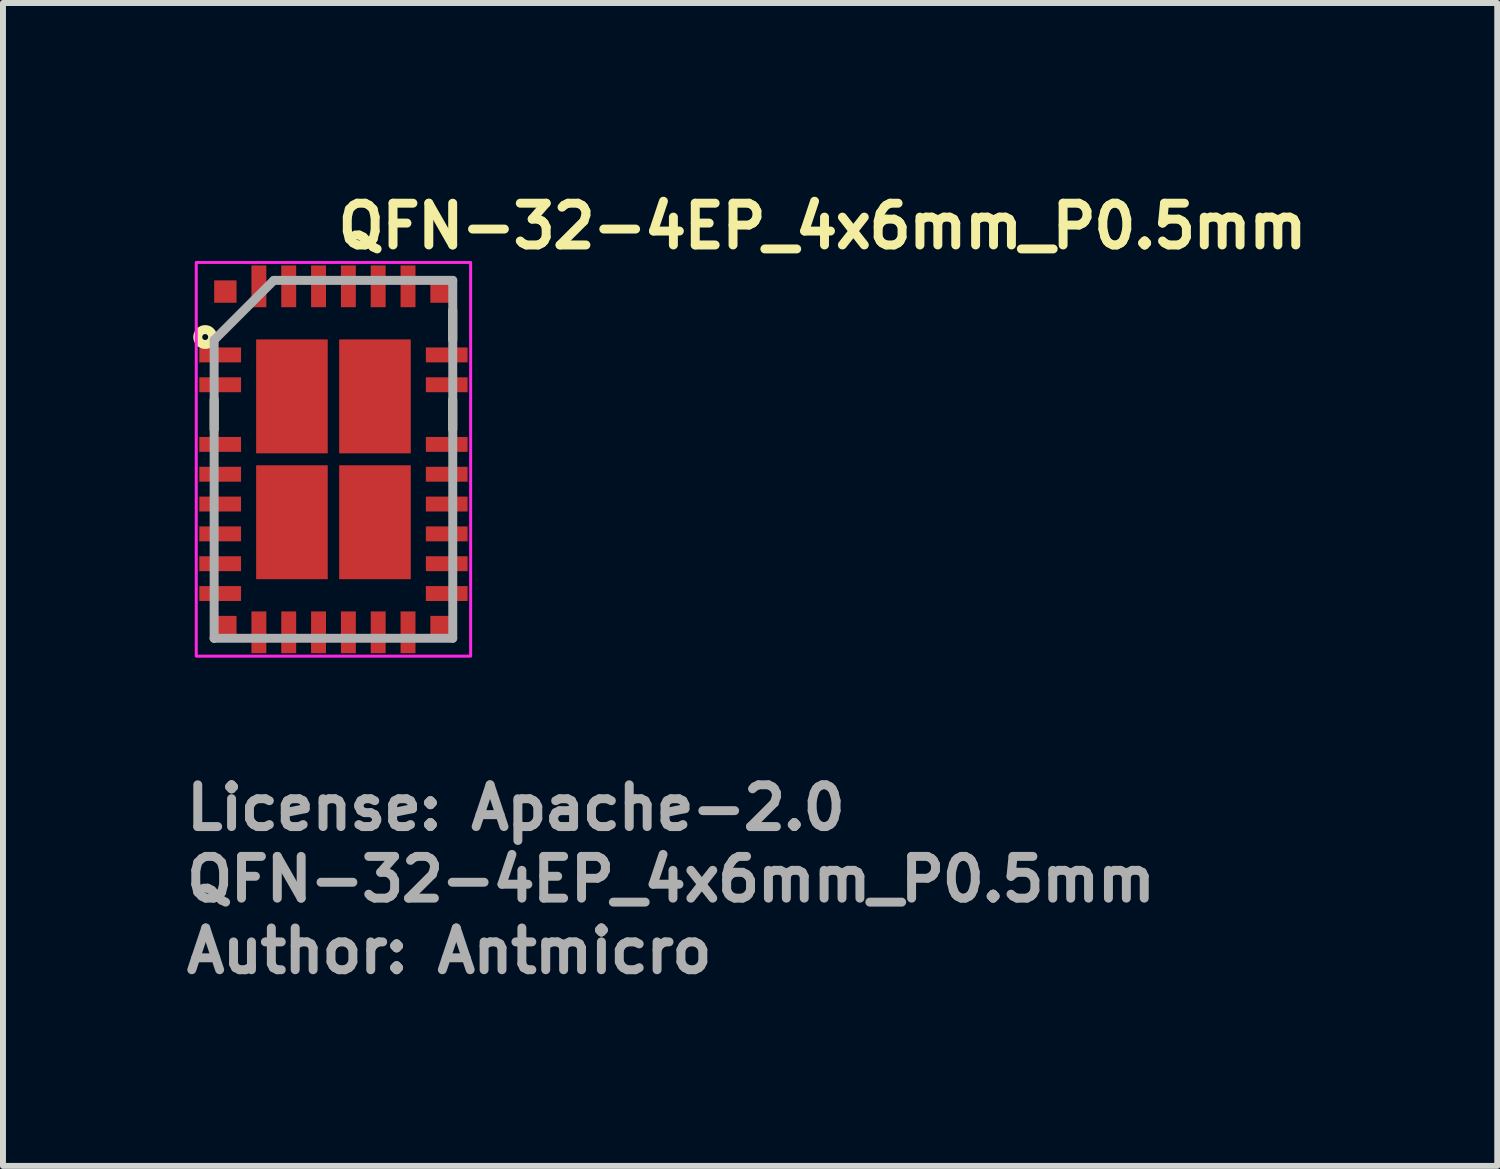
<source format=kicad_pcb>
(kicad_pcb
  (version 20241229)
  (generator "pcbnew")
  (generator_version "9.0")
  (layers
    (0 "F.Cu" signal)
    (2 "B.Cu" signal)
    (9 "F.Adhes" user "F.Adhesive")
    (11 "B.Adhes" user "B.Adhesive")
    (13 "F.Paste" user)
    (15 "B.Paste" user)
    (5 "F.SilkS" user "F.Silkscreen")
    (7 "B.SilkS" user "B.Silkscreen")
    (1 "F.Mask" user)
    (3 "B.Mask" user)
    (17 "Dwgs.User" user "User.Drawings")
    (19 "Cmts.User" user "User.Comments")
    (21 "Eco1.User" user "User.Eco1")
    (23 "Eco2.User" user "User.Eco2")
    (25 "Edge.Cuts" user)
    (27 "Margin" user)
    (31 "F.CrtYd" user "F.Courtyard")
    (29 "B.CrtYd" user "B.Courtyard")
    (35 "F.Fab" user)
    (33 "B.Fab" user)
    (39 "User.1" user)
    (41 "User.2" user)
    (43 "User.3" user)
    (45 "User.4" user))
  (footprint "QFN-32-4EP_4x6mm_P0.5mm"
    (layer "F.Cu")
    (at 2.54 4.65)
    (property "Reference" "QFN-32-4EP_4x6mm_P0.5mm" (at 0 -3.5 0) (unlocked yes) (layer "F.SilkS") (effects (font (size 0.7 0.7) (thickness 0.15)) (justify left bottom)))
    (attr smd)
    (fp_line (start -2 -1) (end -2 -0.5) (stroke (width 0.15) (type solid)) (layer "F.SilkS"))
    (fp_line (start 2 -2.5) (end 2 -2) (stroke (width 0.15) (type solid)) (layer "F.SilkS"))
    (fp_line (start 2 -1) (end 2 -0.5) (stroke (width 0.15) (type solid)) (layer "F.SilkS"))
    (fp_circle (center -2.15 -2.05) (end -2.1 -2.05) (stroke (width 0.15) (type solid)) (fill no) (layer "F.SilkS"))
    (fp_rect (start -2.3 -3.3) (end 2.3 3.3) (stroke (width 0.05) (type solid)) (fill no) (layer "F.CrtYd"))
    (fp_line (start -2 -2) (end -2 3) (stroke (width 0.15) (type solid)) (layer "F.Fab"))
    (fp_line (start -2 3) (end -2 3) (stroke (width 0.15) (type solid)) (layer "F.Fab"))
    (fp_line (start -2 3) (end 2 3) (stroke (width 0.15) (type solid)) (layer "F.Fab"))
    (fp_line (start -1 -3) (end -2 -2) (stroke (width 0.15) (type solid)) (layer "F.Fab"))
    (fp_line (start 2 -3) (end -1 -3) (stroke (width 0.15) (type solid)) (layer "F.Fab"))
    (fp_line (start 2 3) (end 2 -3) (stroke (width 0.15) (type solid)) (layer "F.Fab"))
    (fp_line (start -2 -3) (end 2 -3) (stroke (width 0.1) (type solid)) (layer "User.5"))
    (fp_line (start -2 3) (end -2 -3) (stroke (width 0.1) (type solid)) (layer "User.5"))
    (fp_line (start 2 -3) (end 2 3) (stroke (width 0.1) (type solid)) (layer "User.5"))
    (fp_line (start 2 3) (end -2 3) (stroke (width 0.1) (type solid)) (layer "User.5"))
    (fp_rect (start -2 -3) (end 2 3) (stroke (width 0.1) (type solid)) (fill no) (layer "User.5"))
    (fp_line (start -2 -3) (end -1.97 -2.97) (stroke (width 0.01) (type solid)) (layer "User.9"))
    (fp_line (start -2 -3) (end 1.899 -3) (stroke (width 0.01) (type solid)) (layer "User.9"))
    (fp_line (start -2 -2.625) (end -2 -2.799) (stroke (width 0.01) (type solid)) (layer "User.9"))
    (fp_line (start -2 -1.625) (end -2 -1.875) (stroke (width 0.01) (type solid)) (layer "User.9"))
    (fp_line (start -2 -1.125) (end -2 -1.375) (stroke (width 0.01) (type solid)) (layer "User.9"))
    (fp_line (start -2 -0.125) (end -2 -0.375) (stroke (width 0.01) (type solid)) (layer "User.9"))
    (fp_line (start -2 0.375) (end -2 0.125) (stroke (width 0.01) (type solid)) (layer "User.9"))
    (fp_line (start -2 0.875) (end -2 0.625) (stroke (width 0.01) (type solid)) (layer "User.9"))
    (fp_line (start -2 1.375) (end -2 1.125) (stroke (width 0.01) (type solid)) (layer "User.9"))
    (fp_line (start -2 2.799) (end -2 2.625) (stroke (width 0.01) (type solid)) (layer "User.9"))
    (fp_line (start -2 2.9) (end -2 -3) (stroke (width 0.01) (type solid)) (layer "User.9"))
    (fp_line (start -2 2.9) (end -1.999 2.905) (stroke (width 0.01) (type solid)) (layer "User.9"))
    (fp_line (start -1.999 2.905) (end -1.999 2.91) (stroke (width 0.01) (type solid)) (layer "User.9"))
    (fp_line (start -1.999 2.91) (end -1.998 2.915) (stroke (width 0.01) (type solid)) (layer "User.9"))
    (fp_line (start -1.998 2.915) (end -1.997 2.92) (stroke (width 0.01) (type solid)) (layer "User.9"))
    (fp_line (start -1.997 2.92) (end -1.996 2.924) (stroke (width 0.01) (type solid)) (layer "User.9"))
    (fp_line (start -1.996 2.924) (end -1.995 2.929) (stroke (width 0.01) (type solid)) (layer "User.9"))
    (fp_line (start -1.995 2.929) (end -1.993 2.934) (stroke (width 0.01) (type solid)) (layer "User.9"))
    (fp_line (start -1.993 2.934) (end -1.992 2.938) (stroke (width 0.01) (type solid)) (layer "User.9"))
    (fp_line (start -1.992 2.938) (end -1.99 2.943) (stroke (width 0.01) (type solid)) (layer "User.9"))
    (fp_line (start -1.99 2.943) (end -1.987 2.947) (stroke (width 0.01) (type solid)) (layer "User.9"))
    (fp_line (start -1.987 2.947) (end -1.985 2.951) (stroke (width 0.01) (type solid)) (layer "User.9"))
    (fp_line (start -1.985 2.951) (end -1.982 2.955) (stroke (width 0.01) (type solid)) (layer "User.9"))
    (fp_line (start -1.982 2.955) (end -1.98 2.959) (stroke (width 0.01) (type solid)) (layer "User.9"))
    (fp_line (start -1.98 2.959) (end -1.977 2.963) (stroke (width 0.01) (type solid)) (layer "User.9"))
    (fp_line (start -1.977 2.963) (end -1.974 2.967) (stroke (width 0.01) (type solid)) (layer "User.9"))
    (fp_line (start -1.974 2.967) (end -1.97 2.97) (stroke (width 0.01) (type solid)) (layer "User.9"))
    (fp_line (start -1.97 -2.97) (end -1.97 -2.97) (stroke (width 0.01) (type solid)) (layer "User.9"))
    (fp_line (start -1.97 -2.97) (end -1.899 -2.9) (stroke (width 0.01) (type solid)) (layer "User.9"))
    (fp_line (start -1.97 2.97) (end -1.967 2.974) (stroke (width 0.01) (type solid)) (layer "User.9"))
    (fp_line (start -1.967 2.974) (end -1.963 2.977) (stroke (width 0.01) (type solid)) (layer "User.9"))
    (fp_line (start -1.963 2.977) (end -1.959 2.98) (stroke (width 0.01) (type solid)) (layer "User.9"))
    (fp_line (start -1.959 2.98) (end -1.955 2.982) (stroke (width 0.01) (type solid)) (layer "User.9"))
    (fp_line (start -1.955 2.982) (end -1.951 2.985) (stroke (width 0.01) (type solid)) (layer "User.9"))
    (fp_line (start -1.951 2.985) (end -1.947 2.987) (stroke (width 0.01) (type solid)) (layer "User.9"))
    (fp_line (start -1.947 2.987) (end -1.943 2.99) (stroke (width 0.01) (type solid)) (layer "User.9"))
    (fp_line (start -1.943 2.99) (end -1.938 2.992) (stroke (width 0.01) (type solid)) (layer "User.9"))
    (fp_line (start -1.938 2.992) (end -1.934 2.993) (stroke (width 0.01) (type solid)) (layer "User.9"))
    (fp_line (start -1.934 2.993) (end -1.929 2.995) (stroke (width 0.01) (type solid)) (layer "User.9"))
    (fp_line (start -1.929 2.995) (end -1.924 2.996) (stroke (width 0.01) (type solid)) (layer "User.9"))
    (fp_line (start -1.924 2.996) (end -1.92 2.997) (stroke (width 0.01) (type solid)) (layer "User.9"))
    (fp_line (start -1.92 2.997) (end -1.915 2.998) (stroke (width 0.01) (type solid)) (layer "User.9"))
    (fp_line (start -1.915 2.998) (end -1.91 2.999) (stroke (width 0.01) (type solid)) (layer "User.9"))
    (fp_line (start -1.91 2.999) (end -1.905 2.999) (stroke (width 0.01) (type solid)) (layer "User.9"))
    (fp_line (start -1.905 2.999) (end -1.899 3) (stroke (width 0.01) (type solid)) (layer "User.9"))
    (fp_line (start -1.8 -3) (end -1.625 -3) (stroke (width 0.01) (type solid)) (layer "User.9"))
    (fp_line (start -1.697 -2.352) (end -1.697 -2.347) (stroke (width 0.01) (type solid)) (layer "User.9"))
    (fp_line (start -1.697 -2.352) (end -1.697 -2.347) (stroke (width 0.01) (type solid)) (layer "User.9"))
    (fp_line (start -1.697 -2.347) (end -1.697 -2.342) (stroke (width 0.01) (type solid)) (layer "User.9"))
    (fp_line (start -1.697 -2.347) (end -1.697 -2.342) (stroke (width 0.01) (type solid)) (layer "User.9"))
    (fp_line (start -1.697 -2.342) (end -1.697 -2.337) (stroke (width 0.01) (type solid)) (layer "User.9"))
    (fp_line (start -1.697 -2.342) (end -1.697 -2.337) (stroke (width 0.01) (type solid)) (layer "User.9"))
    (fp_line (start -1.697 -2.337) (end -1.697 -2.327) (stroke (width 0.01) (type solid)) (layer "User.9"))
    (fp_line (start -1.697 -2.337) (end -1.697 -2.327) (stroke (width 0.01) (type solid)) (layer "User.9"))
    (fp_line (start -1.697 -2.327) (end -1.696 -2.317) (stroke (width 0.01) (type solid)) (layer "User.9"))
    (fp_line (start -1.697 -2.327) (end -1.696 -2.317) (stroke (width 0.01) (type solid)) (layer "User.9"))
    (fp_line (start -1.696 -2.356) (end -1.697 -2.352) (stroke (width 0.01) (type solid)) (layer "User.9"))
    (fp_line (start -1.696 -2.356) (end -1.697 -2.352) (stroke (width 0.01) (type solid)) (layer "User.9"))
    (fp_line (start -1.696 -2.317) (end -1.694 -2.307) (stroke (width 0.01) (type solid)) (layer "User.9"))
    (fp_line (start -1.696 -2.317) (end -1.694 -2.307) (stroke (width 0.01) (type solid)) (layer "User.9"))
    (fp_line (start -1.695 -2.361) (end -1.696 -2.356) (stroke (width 0.01) (type solid)) (layer "User.9"))
    (fp_line (start -1.695 -2.361) (end -1.696 -2.356) (stroke (width 0.01) (type solid)) (layer "User.9"))
    (fp_line (start -1.694 -2.366) (end -1.695 -2.361) (stroke (width 0.01) (type solid)) (layer "User.9"))
    (fp_line (start -1.694 -2.366) (end -1.695 -2.361) (stroke (width 0.01) (type solid)) (layer "User.9"))
    (fp_line (start -1.694 -2.307) (end -1.692 -2.297) (stroke (width 0.01) (type solid)) (layer "User.9"))
    (fp_line (start -1.694 -2.307) (end -1.692 -2.297) (stroke (width 0.01) (type solid)) (layer "User.9"))
    (fp_line (start -1.693 -2.371) (end -1.694 -2.366) (stroke (width 0.01) (type solid)) (layer "User.9"))
    (fp_line (start -1.693 -2.371) (end -1.694 -2.366) (stroke (width 0.01) (type solid)) (layer "User.9"))
    (fp_line (start -1.692 -2.376) (end -1.693 -2.371) (stroke (width 0.01) (type solid)) (layer "User.9"))
    (fp_line (start -1.692 -2.376) (end -1.693 -2.371) (stroke (width 0.01) (type solid)) (layer "User.9"))
    (fp_line (start -1.692 -2.297) (end -1.689 -2.288) (stroke (width 0.01) (type solid)) (layer "User.9"))
    (fp_line (start -1.692 -2.297) (end -1.689 -2.288) (stroke (width 0.01) (type solid)) (layer "User.9"))
    (fp_line (start -1.691 -2.38) (end -1.692 -2.376) (stroke (width 0.01) (type solid)) (layer "User.9"))
    (fp_line (start -1.691 -2.38) (end -1.692 -2.376) (stroke (width 0.01) (type solid)) (layer "User.9"))
    (fp_line (start -1.689 -2.385) (end -1.691 -2.38) (stroke (width 0.01) (type solid)) (layer "User.9"))
    (fp_line (start -1.689 -2.385) (end -1.691 -2.38) (stroke (width 0.01) (type solid)) (layer "User.9"))
    (fp_line (start -1.689 -2.288) (end -1.686 -2.279) (stroke (width 0.01) (type solid)) (layer "User.9"))
    (fp_line (start -1.689 -2.288) (end -1.686 -2.279) (stroke (width 0.01) (type solid)) (layer "User.9"))
    (fp_line (start -1.688 -2.39) (end -1.689 -2.385) (stroke (width 0.01) (type solid)) (layer "User.9"))
    (fp_line (start -1.688 -2.39) (end -1.689 -2.385) (stroke (width 0.01) (type solid)) (layer "User.9"))
    (fp_line (start -1.686 -2.394) (end -1.688 -2.39) (stroke (width 0.01) (type solid)) (layer "User.9"))
    (fp_line (start -1.686 -2.394) (end -1.688 -2.39) (stroke (width 0.01) (type solid)) (layer "User.9"))
    (fp_line (start -1.686 -2.279) (end -1.682 -2.27) (stroke (width 0.01) (type solid)) (layer "User.9"))
    (fp_line (start -1.686 -2.279) (end -1.682 -2.27) (stroke (width 0.01) (type solid)) (layer "User.9"))
    (fp_line (start -1.684 -2.399) (end -1.686 -2.394) (stroke (width 0.01) (type solid)) (layer "User.9"))
    (fp_line (start -1.684 -2.399) (end -1.686 -2.394) (stroke (width 0.01) (type solid)) (layer "User.9"))
    (fp_line (start -1.682 -2.403) (end -1.684 -2.399) (stroke (width 0.01) (type solid)) (layer "User.9"))
    (fp_line (start -1.682 -2.403) (end -1.684 -2.399) (stroke (width 0.01) (type solid)) (layer "User.9"))
    (fp_line (start -1.682 -2.27) (end -1.677 -2.262) (stroke (width 0.01) (type solid)) (layer "User.9"))
    (fp_line (start -1.682 -2.27) (end -1.677 -2.262) (stroke (width 0.01) (type solid)) (layer "User.9"))
    (fp_line (start -1.68 -2.407) (end -1.682 -2.403) (stroke (width 0.01) (type solid)) (layer "User.9"))
    (fp_line (start -1.68 -2.407) (end -1.682 -2.403) (stroke (width 0.01) (type solid)) (layer "User.9"))
    (fp_line (start -1.677 -2.412) (end -1.68 -2.407) (stroke (width 0.01) (type solid)) (layer "User.9"))
    (fp_line (start -1.677 -2.412) (end -1.68 -2.407) (stroke (width 0.01) (type solid)) (layer "User.9"))
    (fp_line (start -1.677 -2.262) (end -1.672 -2.253) (stroke (width 0.01) (type solid)) (layer "User.9"))
    (fp_line (start -1.677 -2.262) (end -1.672 -2.253) (stroke (width 0.01) (type solid)) (layer "User.9"))
    (fp_line (start -1.675 -2.416) (end -1.677 -2.412) (stroke (width 0.01) (type solid)) (layer "User.9"))
    (fp_line (start -1.675 -2.416) (end -1.677 -2.412) (stroke (width 0.01) (type solid)) (layer "User.9"))
    (fp_line (start -1.672 -2.42) (end -1.675 -2.416) (stroke (width 0.01) (type solid)) (layer "User.9"))
    (fp_line (start -1.672 -2.42) (end -1.675 -2.416) (stroke (width 0.01) (type solid)) (layer "User.9"))
    (fp_line (start -1.672 -2.253) (end -1.667 -2.245) (stroke (width 0.01) (type solid)) (layer "User.9"))
    (fp_line (start -1.672 -2.253) (end -1.667 -2.245) (stroke (width 0.01) (type solid)) (layer "User.9"))
    (fp_line (start -1.669 -2.424) (end -1.672 -2.42) (stroke (width 0.01) (type solid)) (layer "User.9"))
    (fp_line (start -1.669 -2.424) (end -1.672 -2.42) (stroke (width 0.01) (type solid)) (layer "User.9"))
    (fp_line (start -1.667 -2.428) (end -1.669 -2.424) (stroke (width 0.01) (type solid)) (layer "User.9"))
    (fp_line (start -1.667 -2.428) (end -1.669 -2.424) (stroke (width 0.01) (type solid)) (layer "User.9"))
    (fp_line (start -1.667 -2.245) (end -1.66 -2.238) (stroke (width 0.01) (type solid)) (layer "User.9"))
    (fp_line (start -1.667 -2.245) (end -1.66 -2.238) (stroke (width 0.01) (type solid)) (layer "User.9"))
    (fp_line (start -1.663 -2.432) (end -1.667 -2.428) (stroke (width 0.01) (type solid)) (layer "User.9"))
    (fp_line (start -1.663 -2.432) (end -1.667 -2.428) (stroke (width 0.01) (type solid)) (layer "User.9"))
    (fp_line (start -1.66 -2.435) (end -1.663 -2.432) (stroke (width 0.01) (type solid)) (layer "User.9"))
    (fp_line (start -1.66 -2.435) (end -1.663 -2.432) (stroke (width 0.01) (type solid)) (layer "User.9"))
    (fp_line (start -1.66 -2.238) (end -1.654 -2.231) (stroke (width 0.01) (type solid)) (layer "User.9"))
    (fp_line (start -1.66 -2.238) (end -1.654 -2.231) (stroke (width 0.01) (type solid)) (layer "User.9"))
    (fp_line (start -1.657 -2.439) (end -1.66 -2.435) (stroke (width 0.01) (type solid)) (layer "User.9"))
    (fp_line (start -1.657 -2.439) (end -1.66 -2.435) (stroke (width 0.01) (type solid)) (layer "User.9"))
    (fp_line (start -1.654 -2.442) (end -1.657 -2.439) (stroke (width 0.01) (type solid)) (layer "User.9"))
    (fp_line (start -1.654 -2.442) (end -1.657 -2.439) (stroke (width 0.01) (type solid)) (layer "User.9"))
    (fp_line (start -1.654 -2.231) (end -1.647 -2.224) (stroke (width 0.01) (type solid)) (layer "User.9"))
    (fp_line (start -1.654 -2.231) (end -1.647 -2.224) (stroke (width 0.01) (type solid)) (layer "User.9"))
    (fp_line (start -1.65 -2.446) (end -1.654 -2.442) (stroke (width 0.01) (type solid)) (layer "User.9"))
    (fp_line (start -1.65 -2.446) (end -1.654 -2.442) (stroke (width 0.01) (type solid)) (layer "User.9"))
    (fp_line (start -1.647 -2.449) (end -1.65 -2.446) (stroke (width 0.01) (type solid)) (layer "User.9"))
    (fp_line (start -1.647 -2.449) (end -1.65 -2.446) (stroke (width 0.01) (type solid)) (layer "User.9"))
    (fp_line (start -1.647 -2.224) (end -1.639 -2.218) (stroke (width 0.01) (type solid)) (layer "User.9"))
    (fp_line (start -1.647 -2.224) (end -1.639 -2.218) (stroke (width 0.01) (type solid)) (layer "User.9"))
    (fp_line (start -1.643 -2.452) (end -1.647 -2.449) (stroke (width 0.01) (type solid)) (layer "User.9"))
    (fp_line (start -1.643 -2.452) (end -1.647 -2.449) (stroke (width 0.01) (type solid)) (layer "User.9"))
    (fp_line (start -1.639 -2.455) (end -1.643 -2.452) (stroke (width 0.01) (type solid)) (layer "User.9"))
    (fp_line (start -1.639 -2.455) (end -1.643 -2.452) (stroke (width 0.01) (type solid)) (layer "User.9"))
    (fp_line (start -1.639 -2.218) (end -1.631 -2.212) (stroke (width 0.01) (type solid)) (layer "User.9"))
    (fp_line (start -1.639 -2.218) (end -1.631 -2.212) (stroke (width 0.01) (type solid)) (layer "User.9"))
    (fp_line (start -1.635 -2.458) (end -1.639 -2.455) (stroke (width 0.01) (type solid)) (layer "User.9"))
    (fp_line (start -1.635 -2.458) (end -1.639 -2.455) (stroke (width 0.01) (type solid)) (layer "User.9"))
    (fp_line (start -1.631 -2.461) (end -1.635 -2.458) (stroke (width 0.01) (type solid)) (layer "User.9"))
    (fp_line (start -1.631 -2.461) (end -1.635 -2.458) (stroke (width 0.01) (type solid)) (layer "User.9"))
    (fp_line (start -1.631 -2.212) (end -1.622 -2.207) (stroke (width 0.01) (type solid)) (layer "User.9"))
    (fp_line (start -1.631 -2.212) (end -1.622 -2.207) (stroke (width 0.01) (type solid)) (layer "User.9"))
    (fp_line (start -1.627 -2.464) (end -1.631 -2.461) (stroke (width 0.01) (type solid)) (layer "User.9"))
    (fp_line (start -1.627 -2.464) (end -1.631 -2.461) (stroke (width 0.01) (type solid)) (layer "User.9"))
    (fp_line (start -1.625 3) (end -1.8 3) (stroke (width 0.01) (type solid)) (layer "User.9"))
    (fp_line (start -1.622 -2.467) (end -1.627 -2.464) (stroke (width 0.01) (type solid)) (layer "User.9"))
    (fp_line (start -1.622 -2.467) (end -1.627 -2.464) (stroke (width 0.01) (type solid)) (layer "User.9"))
    (fp_line (start -1.622 -2.467) (end -1.622 -2.467) (stroke (width 0.01) (type solid)) (layer "User.9"))
    (fp_line (start -1.622 -2.467) (end -1.622 -2.467) (stroke (width 0.01) (type solid)) (layer "User.9"))
    (fp_line (start -1.622 -2.207) (end -1.622 -2.207) (stroke (width 0.01) (type solid)) (layer "User.9"))
    (fp_line (start -1.622 -2.207) (end -1.622 -2.207) (stroke (width 0.01) (type solid)) (layer "User.9"))
    (fp_line (start -1.622 -2.207) (end -1.614 -2.202) (stroke (width 0.01) (type solid)) (layer "User.9"))
    (fp_line (start -1.622 -2.207) (end -1.614 -2.202) (stroke (width 0.01) (type solid)) (layer "User.9"))
    (fp_line (start -1.614 -2.471) (end -1.622 -2.467) (stroke (width 0.01) (type solid)) (layer "User.9"))
    (fp_line (start -1.614 -2.471) (end -1.622 -2.467) (stroke (width 0.01) (type solid)) (layer "User.9"))
    (fp_line (start -1.614 -2.202) (end -1.605 -2.198) (stroke (width 0.01) (type solid)) (layer "User.9"))
    (fp_line (start -1.614 -2.202) (end -1.605 -2.198) (stroke (width 0.01) (type solid)) (layer "User.9"))
    (fp_line (start -1.605 -2.475) (end -1.614 -2.471) (stroke (width 0.01) (type solid)) (layer "User.9"))
    (fp_line (start -1.605 -2.475) (end -1.614 -2.471) (stroke (width 0.01) (type solid)) (layer "User.9"))
    (fp_line (start -1.605 -2.198) (end -1.595 -2.194) (stroke (width 0.01) (type solid)) (layer "User.9"))
    (fp_line (start -1.605 -2.198) (end -1.595 -2.194) (stroke (width 0.01) (type solid)) (layer "User.9"))
    (fp_line (start -1.595 -2.479) (end -1.605 -2.475) (stroke (width 0.01) (type solid)) (layer "User.9"))
    (fp_line (start -1.595 -2.479) (end -1.605 -2.475) (stroke (width 0.01) (type solid)) (layer "User.9"))
    (fp_line (start -1.595 -2.194) (end -1.586 -2.192) (stroke (width 0.01) (type solid)) (layer "User.9"))
    (fp_line (start -1.595 -2.194) (end -1.586 -2.192) (stroke (width 0.01) (type solid)) (layer "User.9"))
    (fp_line (start -1.586 -2.482) (end -1.595 -2.479) (stroke (width 0.01) (type solid)) (layer "User.9"))
    (fp_line (start -1.586 -2.482) (end -1.595 -2.479) (stroke (width 0.01) (type solid)) (layer "User.9"))
    (fp_line (start -1.586 -2.192) (end -1.576 -2.189) (stroke (width 0.01) (type solid)) (layer "User.9"))
    (fp_line (start -1.586 -2.192) (end -1.576 -2.189) (stroke (width 0.01) (type solid)) (layer "User.9"))
    (fp_line (start -1.576 -2.484) (end -1.586 -2.482) (stroke (width 0.01) (type solid)) (layer "User.9"))
    (fp_line (start -1.576 -2.484) (end -1.586 -2.482) (stroke (width 0.01) (type solid)) (layer "User.9"))
    (fp_line (start -1.576 -2.189) (end -1.567 -2.188) (stroke (width 0.01) (type solid)) (layer "User.9"))
    (fp_line (start -1.576 -2.189) (end -1.567 -2.188) (stroke (width 0.01) (type solid)) (layer "User.9"))
    (fp_line (start -1.567 -2.485) (end -1.576 -2.484) (stroke (width 0.01) (type solid)) (layer "User.9"))
    (fp_line (start -1.567 -2.485) (end -1.576 -2.484) (stroke (width 0.01) (type solid)) (layer "User.9"))
    (fp_line (start -1.567 -2.188) (end -1.557 -2.187) (stroke (width 0.01) (type solid)) (layer "User.9"))
    (fp_line (start -1.567 -2.188) (end -1.557 -2.187) (stroke (width 0.01) (type solid)) (layer "User.9"))
    (fp_line (start -1.557 -2.486) (end -1.567 -2.485) (stroke (width 0.01) (type solid)) (layer "User.9"))
    (fp_line (start -1.557 -2.486) (end -1.567 -2.485) (stroke (width 0.01) (type solid)) (layer "User.9"))
    (fp_line (start -1.557 -2.187) (end -1.547 -2.187) (stroke (width 0.01) (type solid)) (layer "User.9"))
    (fp_line (start -1.557 -2.187) (end -1.547 -2.187) (stroke (width 0.01) (type solid)) (layer "User.9"))
    (fp_line (start -1.547 -2.487) (end -1.557 -2.486) (stroke (width 0.01) (type solid)) (layer "User.9"))
    (fp_line (start -1.547 -2.487) (end -1.557 -2.486) (stroke (width 0.01) (type solid)) (layer "User.9"))
    (fp_line (start -1.547 -2.187) (end -1.538 -2.187) (stroke (width 0.01) (type solid)) (layer "User.9"))
    (fp_line (start -1.547 -2.187) (end -1.538 -2.187) (stroke (width 0.01) (type solid)) (layer "User.9"))
    (fp_line (start -1.538 -2.486) (end -1.547 -2.487) (stroke (width 0.01) (type solid)) (layer "User.9"))
    (fp_line (start -1.538 -2.486) (end -1.547 -2.487) (stroke (width 0.01) (type solid)) (layer "User.9"))
    (fp_line (start -1.538 -2.187) (end -1.528 -2.188) (stroke (width 0.01) (type solid)) (layer "User.9"))
    (fp_line (start -1.538 -2.187) (end -1.528 -2.188) (stroke (width 0.01) (type solid)) (layer "User.9"))
    (fp_line (start -1.528 -2.485) (end -1.538 -2.486) (stroke (width 0.01) (type solid)) (layer "User.9"))
    (fp_line (start -1.528 -2.485) (end -1.538 -2.486) (stroke (width 0.01) (type solid)) (layer "User.9"))
    (fp_line (start -1.528 -2.188) (end -1.518 -2.189) (stroke (width 0.01) (type solid)) (layer "User.9"))
    (fp_line (start -1.528 -2.188) (end -1.518 -2.189) (stroke (width 0.01) (type solid)) (layer "User.9"))
    (fp_line (start -1.518 -2.484) (end -1.528 -2.485) (stroke (width 0.01) (type solid)) (layer "User.9"))
    (fp_line (start -1.518 -2.484) (end -1.528 -2.485) (stroke (width 0.01) (type solid)) (layer "User.9"))
    (fp_line (start -1.518 -2.189) (end -1.509 -2.192) (stroke (width 0.01) (type solid)) (layer "User.9"))
    (fp_line (start -1.518 -2.189) (end -1.509 -2.192) (stroke (width 0.01) (type solid)) (layer "User.9"))
    (fp_line (start -1.509 -2.482) (end -1.518 -2.484) (stroke (width 0.01) (type solid)) (layer "User.9"))
    (fp_line (start -1.509 -2.482) (end -1.518 -2.484) (stroke (width 0.01) (type solid)) (layer "User.9"))
    (fp_line (start -1.509 -2.192) (end -1.499 -2.194) (stroke (width 0.01) (type solid)) (layer "User.9"))
    (fp_line (start -1.509 -2.192) (end -1.499 -2.194) (stroke (width 0.01) (type solid)) (layer "User.9"))
    (fp_line (start -1.499 -2.479) (end -1.509 -2.482) (stroke (width 0.01) (type solid)) (layer "User.9"))
    (fp_line (start -1.499 -2.479) (end -1.509 -2.482) (stroke (width 0.01) (type solid)) (layer "User.9"))
    (fp_line (start -1.499 -2.194) (end -1.49 -2.198) (stroke (width 0.01) (type solid)) (layer "User.9"))
    (fp_line (start -1.499 -2.194) (end -1.49 -2.198) (stroke (width 0.01) (type solid)) (layer "User.9"))
    (fp_line (start -1.49 -2.475) (end -1.499 -2.479) (stroke (width 0.01) (type solid)) (layer "User.9"))
    (fp_line (start -1.49 -2.475) (end -1.499 -2.479) (stroke (width 0.01) (type solid)) (layer "User.9"))
    (fp_line (start -1.49 -2.198) (end -1.481 -2.202) (stroke (width 0.01) (type solid)) (layer "User.9"))
    (fp_line (start -1.49 -2.198) (end -1.481 -2.202) (stroke (width 0.01) (type solid)) (layer "User.9"))
    (fp_line (start -1.481 -2.471) (end -1.49 -2.475) (stroke (width 0.01) (type solid)) (layer "User.9"))
    (fp_line (start -1.481 -2.471) (end -1.49 -2.475) (stroke (width 0.01) (type solid)) (layer "User.9"))
    (fp_line (start -1.481 -2.202) (end -1.472 -2.207) (stroke (width 0.01) (type solid)) (layer "User.9"))
    (fp_line (start -1.481 -2.202) (end -1.472 -2.207) (stroke (width 0.01) (type solid)) (layer "User.9"))
    (fp_line (start -1.472 -2.467) (end -1.481 -2.471) (stroke (width 0.01) (type solid)) (layer "User.9"))
    (fp_line (start -1.472 -2.467) (end -1.481 -2.471) (stroke (width 0.01) (type solid)) (layer "User.9"))
    (fp_line (start -1.472 -2.467) (end -1.472 -2.467) (stroke (width 0.01) (type solid)) (layer "User.9"))
    (fp_line (start -1.472 -2.467) (end -1.472 -2.467) (stroke (width 0.01) (type solid)) (layer "User.9"))
    (fp_line (start -1.472 -2.207) (end -1.472 -2.207) (stroke (width 0.01) (type solid)) (layer "User.9"))
    (fp_line (start -1.472 -2.207) (end -1.472 -2.207) (stroke (width 0.01) (type solid)) (layer "User.9"))
    (fp_line (start -1.472 -2.207) (end -1.468 -2.209) (stroke (width 0.01) (type solid)) (layer "User.9"))
    (fp_line (start -1.472 -2.207) (end -1.468 -2.209) (stroke (width 0.01) (type solid)) (layer "User.9"))
    (fp_line (start -1.468 -2.209) (end -1.464 -2.212) (stroke (width 0.01) (type solid)) (layer "User.9"))
    (fp_line (start -1.468 -2.209) (end -1.464 -2.212) (stroke (width 0.01) (type solid)) (layer "User.9"))
    (fp_line (start -1.464 -2.461) (end -1.472 -2.467) (stroke (width 0.01) (type solid)) (layer "User.9"))
    (fp_line (start -1.464 -2.461) (end -1.472 -2.467) (stroke (width 0.01) (type solid)) (layer "User.9"))
    (fp_line (start -1.464 -2.212) (end -1.46 -2.215) (stroke (width 0.01) (type solid)) (layer "User.9"))
    (fp_line (start -1.464 -2.212) (end -1.46 -2.215) (stroke (width 0.01) (type solid)) (layer "User.9"))
    (fp_line (start -1.46 -2.215) (end -1.456 -2.218) (stroke (width 0.01) (type solid)) (layer "User.9"))
    (fp_line (start -1.46 -2.215) (end -1.456 -2.218) (stroke (width 0.01) (type solid)) (layer "User.9"))
    (fp_line (start -1.456 -2.455) (end -1.464 -2.461) (stroke (width 0.01) (type solid)) (layer "User.9"))
    (fp_line (start -1.456 -2.455) (end -1.464 -2.461) (stroke (width 0.01) (type solid)) (layer "User.9"))
    (fp_line (start -1.456 -2.218) (end -1.452 -2.221) (stroke (width 0.01) (type solid)) (layer "User.9"))
    (fp_line (start -1.456 -2.218) (end -1.452 -2.221) (stroke (width 0.01) (type solid)) (layer "User.9"))
    (fp_line (start -1.452 -2.221) (end -1.448 -2.224) (stroke (width 0.01) (type solid)) (layer "User.9"))
    (fp_line (start -1.452 -2.221) (end -1.448 -2.224) (stroke (width 0.01) (type solid)) (layer "User.9"))
    (fp_line (start -1.448 -2.449) (end -1.456 -2.455) (stroke (width 0.01) (type solid)) (layer "User.9"))
    (fp_line (start -1.448 -2.449) (end -1.456 -2.455) (stroke (width 0.01) (type solid)) (layer "User.9"))
    (fp_line (start -1.448 -2.224) (end -1.445 -2.227) (stroke (width 0.01) (type solid)) (layer "User.9"))
    (fp_line (start -1.448 -2.224) (end -1.445 -2.227) (stroke (width 0.01) (type solid)) (layer "User.9"))
    (fp_line (start -1.445 -2.227) (end -1.441 -2.231) (stroke (width 0.01) (type solid)) (layer "User.9"))
    (fp_line (start -1.445 -2.227) (end -1.441 -2.231) (stroke (width 0.01) (type solid)) (layer "User.9"))
    (fp_line (start -1.441 -2.442) (end -1.448 -2.449) (stroke (width 0.01) (type solid)) (layer "User.9"))
    (fp_line (start -1.441 -2.442) (end -1.448 -2.449) (stroke (width 0.01) (type solid)) (layer "User.9"))
    (fp_line (start -1.441 -2.231) (end -1.438 -2.234) (stroke (width 0.01) (type solid)) (layer "User.9"))
    (fp_line (start -1.441 -2.231) (end -1.438 -2.234) (stroke (width 0.01) (type solid)) (layer "User.9"))
    (fp_line (start -1.438 -2.234) (end -1.434 -2.238) (stroke (width 0.01) (type solid)) (layer "User.9"))
    (fp_line (start -1.438 -2.234) (end -1.434 -2.238) (stroke (width 0.01) (type solid)) (layer "User.9"))
    (fp_line (start -1.434 -2.435) (end -1.441 -2.442) (stroke (width 0.01) (type solid)) (layer "User.9"))
    (fp_line (start -1.434 -2.435) (end -1.441 -2.442) (stroke (width 0.01) (type solid)) (layer "User.9"))
    (fp_line (start -1.434 -2.238) (end -1.431 -2.242) (stroke (width 0.01) (type solid)) (layer "User.9"))
    (fp_line (start -1.434 -2.238) (end -1.431 -2.242) (stroke (width 0.01) (type solid)) (layer "User.9"))
    (fp_line (start -1.431 -2.242) (end -1.428 -2.245) (stroke (width 0.01) (type solid)) (layer "User.9"))
    (fp_line (start -1.431 -2.242) (end -1.428 -2.245) (stroke (width 0.01) (type solid)) (layer "User.9"))
    (fp_line (start -1.428 -2.428) (end -1.434 -2.435) (stroke (width 0.01) (type solid)) (layer "User.9"))
    (fp_line (start -1.428 -2.428) (end -1.434 -2.435) (stroke (width 0.01) (type solid)) (layer "User.9"))
    (fp_line (start -1.428 -2.245) (end -1.425 -2.249) (stroke (width 0.01) (type solid)) (layer "User.9"))
    (fp_line (start -1.428 -2.245) (end -1.425 -2.249) (stroke (width 0.01) (type solid)) (layer "User.9"))
    (fp_line (start -1.425 -2.249) (end -1.423 -2.253) (stroke (width 0.01) (type solid)) (layer "User.9"))
    (fp_line (start -1.425 -2.249) (end -1.423 -2.253) (stroke (width 0.01) (type solid)) (layer "User.9"))
    (fp_line (start -1.423 -2.42) (end -1.428 -2.428) (stroke (width 0.01) (type solid)) (layer "User.9"))
    (fp_line (start -1.423 -2.42) (end -1.428 -2.428) (stroke (width 0.01) (type solid)) (layer "User.9"))
    (fp_line (start -1.423 -2.253) (end -1.42 -2.257) (stroke (width 0.01) (type solid)) (layer "User.9"))
    (fp_line (start -1.423 -2.253) (end -1.42 -2.257) (stroke (width 0.01) (type solid)) (layer "User.9"))
    (fp_line (start -1.42 -2.257) (end -1.417 -2.262) (stroke (width 0.01) (type solid)) (layer "User.9"))
    (fp_line (start -1.42 -2.257) (end -1.417 -2.262) (stroke (width 0.01) (type solid)) (layer "User.9"))
    (fp_line (start -1.417 -2.412) (end -1.423 -2.42) (stroke (width 0.01) (type solid)) (layer "User.9"))
    (fp_line (start -1.417 -2.412) (end -1.423 -2.42) (stroke (width 0.01) (type solid)) (layer "User.9"))
    (fp_line (start -1.417 -2.262) (end -1.415 -2.266) (stroke (width 0.01) (type solid)) (layer "User.9"))
    (fp_line (start -1.417 -2.262) (end -1.415 -2.266) (stroke (width 0.01) (type solid)) (layer "User.9"))
    (fp_line (start -1.415 -2.266) (end -1.413 -2.27) (stroke (width 0.01) (type solid)) (layer "User.9"))
    (fp_line (start -1.415 -2.266) (end -1.413 -2.27) (stroke (width 0.01) (type solid)) (layer "User.9"))
    (fp_line (start -1.413 -2.403) (end -1.417 -2.412) (stroke (width 0.01) (type solid)) (layer "User.9"))
    (fp_line (start -1.413 -2.403) (end -1.417 -2.412) (stroke (width 0.01) (type solid)) (layer "User.9"))
    (fp_line (start -1.413 -2.27) (end -1.411 -2.275) (stroke (width 0.01) (type solid)) (layer "User.9"))
    (fp_line (start -1.413 -2.27) (end -1.411 -2.275) (stroke (width 0.01) (type solid)) (layer "User.9"))
    (fp_line (start -1.411 -2.275) (end -1.409 -2.279) (stroke (width 0.01) (type solid)) (layer "User.9"))
    (fp_line (start -1.411 -2.275) (end -1.409 -2.279) (stroke (width 0.01) (type solid)) (layer "User.9"))
    (fp_line (start -1.409 -2.394) (end -1.413 -2.403) (stroke (width 0.01) (type solid)) (layer "User.9"))
    (fp_line (start -1.409 -2.394) (end -1.413 -2.403) (stroke (width 0.01) (type solid)) (layer "User.9"))
    (fp_line (start -1.409 -2.279) (end -1.407 -2.284) (stroke (width 0.01) (type solid)) (layer "User.9"))
    (fp_line (start -1.409 -2.279) (end -1.407 -2.284) (stroke (width 0.01) (type solid)) (layer "User.9"))
    (fp_line (start -1.407 -2.284) (end -1.405 -2.288) (stroke (width 0.01) (type solid)) (layer "User.9"))
    (fp_line (start -1.407 -2.284) (end -1.405 -2.288) (stroke (width 0.01) (type solid)) (layer "User.9"))
    (fp_line (start -1.405 -2.385) (end -1.409 -2.394) (stroke (width 0.01) (type solid)) (layer "User.9"))
    (fp_line (start -1.405 -2.385) (end -1.409 -2.394) (stroke (width 0.01) (type solid)) (layer "User.9"))
    (fp_line (start -1.405 -2.288) (end -1.404 -2.293) (stroke (width 0.01) (type solid)) (layer "User.9"))
    (fp_line (start -1.405 -2.288) (end -1.404 -2.293) (stroke (width 0.01) (type solid)) (layer "User.9"))
    (fp_line (start -1.404 -2.293) (end -1.403 -2.297) (stroke (width 0.01) (type solid)) (layer "User.9"))
    (fp_line (start -1.404 -2.293) (end -1.403 -2.297) (stroke (width 0.01) (type solid)) (layer "User.9"))
    (fp_line (start -1.403 -2.376) (end -1.405 -2.385) (stroke (width 0.01) (type solid)) (layer "User.9"))
    (fp_line (start -1.403 -2.376) (end -1.405 -2.385) (stroke (width 0.01) (type solid)) (layer "User.9"))
    (fp_line (start -1.403 -2.297) (end -1.401 -2.302) (stroke (width 0.01) (type solid)) (layer "User.9"))
    (fp_line (start -1.403 -2.297) (end -1.401 -2.302) (stroke (width 0.01) (type solid)) (layer "User.9"))
    (fp_line (start -1.401 -2.302) (end -1.4 -2.307) (stroke (width 0.01) (type solid)) (layer "User.9"))
    (fp_line (start -1.401 -2.302) (end -1.4 -2.307) (stroke (width 0.01) (type solid)) (layer "User.9"))
    (fp_line (start -1.4 -2.366) (end -1.403 -2.376) (stroke (width 0.01) (type solid)) (layer "User.9"))
    (fp_line (start -1.4 -2.366) (end -1.403 -2.376) (stroke (width 0.01) (type solid)) (layer "User.9"))
    (fp_line (start -1.4 -2.307) (end -1.399 -2.312) (stroke (width 0.01) (type solid)) (layer "User.9"))
    (fp_line (start -1.4 -2.307) (end -1.399 -2.312) (stroke (width 0.01) (type solid)) (layer "User.9"))
    (fp_line (start -1.399 -2.356) (end -1.4 -2.366) (stroke (width 0.01) (type solid)) (layer "User.9"))
    (fp_line (start -1.399 -2.356) (end -1.4 -2.366) (stroke (width 0.01) (type solid)) (layer "User.9"))
    (fp_line (start -1.399 -2.317) (end -1.398 -2.322) (stroke (width 0.01) (type solid)) (layer "User.9"))
    (fp_line (start -1.399 -2.317) (end -1.398 -2.322) (stroke (width 0.01) (type solid)) (layer "User.9"))
    (fp_line (start -1.399 -2.312) (end -1.399 -2.317) (stroke (width 0.01) (type solid)) (layer "User.9"))
    (fp_line (start -1.399 -2.312) (end -1.399 -2.317) (stroke (width 0.01) (type solid)) (layer "User.9"))
    (fp_line (start -1.398 -2.347) (end -1.399 -2.356) (stroke (width 0.01) (type solid)) (layer "User.9"))
    (fp_line (start -1.398 -2.347) (end -1.399 -2.356) (stroke (width 0.01) (type solid)) (layer "User.9"))
    (fp_line (start -1.398 -2.327) (end -1.397 -2.332) (stroke (width 0.01) (type solid)) (layer "User.9"))
    (fp_line (start -1.398 -2.327) (end -1.397 -2.332) (stroke (width 0.01) (type solid)) (layer "User.9"))
    (fp_line (start -1.398 -2.322) (end -1.398 -2.327) (stroke (width 0.01) (type solid)) (layer "User.9"))
    (fp_line (start -1.398 -2.322) (end -1.398 -2.327) (stroke (width 0.01) (type solid)) (layer "User.9"))
    (fp_line (start -1.397 -2.337) (end -1.398 -2.347) (stroke (width 0.01) (type solid)) (layer "User.9"))
    (fp_line (start -1.397 -2.337) (end -1.398 -2.347) (stroke (width 0.01) (type solid)) (layer "User.9"))
    (fp_line (start -1.397 -2.332) (end -1.397 -2.337) (stroke (width 0.01) (type solid)) (layer "User.9"))
    (fp_line (start -1.397 -2.332) (end -1.397 -2.337) (stroke (width 0.01) (type solid)) (layer "User.9"))
    (fp_line (start -1.125 3) (end -1.375 3) (stroke (width 0.01) (type solid)) (layer "User.9"))
    (fp_line (start -0.625 3) (end -0.875 3) (stroke (width 0.01) (type solid)) (layer "User.9"))
    (fp_line (start -0.125 3) (end -0.375 3) (stroke (width 0.01) (type solid)) (layer "User.9"))
    (fp_line (start 0.125 -3) (end 0.375 -3) (stroke (width 0.01) (type solid)) (layer "User.9"))
    (fp_line (start 0.625 -3) (end 0.875 -3) (stroke (width 0.01) (type solid)) (layer "User.9"))
    (fp_line (start 1.125 -3) (end 1.375 -3) (stroke (width 0.01) (type solid)) (layer "User.9"))
    (fp_line (start 1.625 -3) (end 1.8 -3) (stroke (width 0.01) (type solid)) (layer "User.9"))
    (fp_line (start 1.8 3) (end 1.625 3) (stroke (width 0.01) (type solid)) (layer "User.9"))
    (fp_line (start 1.899 -3) (end 1.905 -2.999) (stroke (width 0.01) (type solid)) (layer "User.9"))
    (fp_line (start 1.899 3) (end -1.899 3) (stroke (width 0.01) (type solid)) (layer "User.9"))
    (fp_line (start 1.899 3) (end 1.905 2.999) (stroke (width 0.01) (type solid)) (layer "User.9"))
    (fp_line (start 1.905 -2.999) (end 1.91 -2.999) (stroke (width 0.01) (type solid)) (layer "User.9"))
    (fp_line (start 1.905 2.999) (end 1.91 2.999) (stroke (width 0.01) (type solid)) (layer "User.9"))
    (fp_line (start 1.91 -2.999) (end 1.915 -2.998) (stroke (width 0.01) (type solid)) (layer "User.9"))
    (fp_line (start 1.91 2.999) (end 1.915 2.998) (stroke (width 0.01) (type solid)) (layer "User.9"))
    (fp_line (start 1.915 -2.998) (end 1.92 -2.997) (stroke (width 0.01) (type solid)) (layer "User.9"))
    (fp_line (start 1.915 2.998) (end 1.92 2.997) (stroke (width 0.01) (type solid)) (layer "User.9"))
    (fp_line (start 1.92 -2.997) (end 1.924 -2.996) (stroke (width 0.01) (type solid)) (layer "User.9"))
    (fp_line (start 1.92 2.997) (end 1.924 2.996) (stroke (width 0.01) (type solid)) (layer "User.9"))
    (fp_line (start 1.924 -2.996) (end 1.929 -2.995) (stroke (width 0.01) (type solid)) (layer "User.9"))
    (fp_line (start 1.924 2.996) (end 1.929 2.995) (stroke (width 0.01) (type solid)) (layer "User.9"))
    (fp_line (start 1.929 -2.995) (end 1.934 -2.993) (stroke (width 0.01) (type solid)) (layer "User.9"))
    (fp_line (start 1.929 2.995) (end 1.934 2.993) (stroke (width 0.01) (type solid)) (layer "User.9"))
    (fp_line (start 1.934 -2.993) (end 1.938 -2.992) (stroke (width 0.01) (type solid)) (layer "User.9"))
    (fp_line (start 1.934 2.993) (end 1.938 2.992) (stroke (width 0.01) (type solid)) (layer "User.9"))
    (fp_line (start 1.938 -2.992) (end 1.943 -2.99) (stroke (width 0.01) (type solid)) (layer "User.9"))
    (fp_line (start 1.938 2.992) (end 1.943 2.99) (stroke (width 0.01) (type solid)) (layer "User.9"))
    (fp_line (start 1.943 -2.99) (end 1.947 -2.987) (stroke (width 0.01) (type solid)) (layer "User.9"))
    (fp_line (start 1.943 2.99) (end 1.947 2.987) (stroke (width 0.01) (type solid)) (layer "User.9"))
    (fp_line (start 1.947 -2.987) (end 1.951 -2.985) (stroke (width 0.01) (type solid)) (layer "User.9"))
    (fp_line (start 1.947 2.987) (end 1.951 2.985) (stroke (width 0.01) (type solid)) (layer "User.9"))
    (fp_line (start 1.951 -2.985) (end 1.955 -2.982) (stroke (width 0.01) (type solid)) (layer "User.9"))
    (fp_line (start 1.951 2.985) (end 1.955 2.982) (stroke (width 0.01) (type solid)) (layer "User.9"))
    (fp_line (start 1.955 -2.982) (end 1.959 -2.98) (stroke (width 0.01) (type solid)) (layer "User.9"))
    (fp_line (start 1.955 2.982) (end 1.959 2.98) (stroke (width 0.01) (type solid)) (layer "User.9"))
    (fp_line (start 1.959 -2.98) (end 1.963 -2.977) (stroke (width 0.01) (type solid)) (layer "User.9"))
    (fp_line (start 1.959 2.98) (end 1.963 2.977) (stroke (width 0.01) (type solid)) (layer "User.9"))
    (fp_line (start 1.963 -2.977) (end 1.967 -2.974) (stroke (width 0.01) (type solid)) (layer "User.9"))
    (fp_line (start 1.963 2.977) (end 1.967 2.974) (stroke (width 0.01) (type solid)) (layer "User.9"))
    (fp_line (start 1.967 -2.974) (end 1.97 -2.97) (stroke (width 0.01) (type solid)) (layer "User.9"))
    (fp_line (start 1.967 2.974) (end 1.97 2.97) (stroke (width 0.01) (type solid)) (layer "User.9"))
    (fp_line (start 1.97 -2.97) (end 1.974 -2.967) (stroke (width 0.01) (type solid)) (layer "User.9"))
    (fp_line (start 1.97 2.97) (end 1.974 2.967) (stroke (width 0.01) (type solid)) (layer "User.9"))
    (fp_line (start 1.974 -2.967) (end 1.977 -2.963) (stroke (width 0.01) (type solid)) (layer "User.9"))
    (fp_line (start 1.974 2.967) (end 1.977 2.963) (stroke (width 0.01) (type solid)) (layer "User.9"))
    (fp_line (start 1.977 -2.963) (end 1.98 -2.959) (stroke (width 0.01) (type solid)) (layer "User.9"))
    (fp_line (start 1.977 2.963) (end 1.98 2.959) (stroke (width 0.01) (type solid)) (layer "User.9"))
    (fp_line (start 1.98 -2.959) (end 1.982 -2.955) (stroke (width 0.01) (type solid)) (layer "User.9"))
    (fp_line (start 1.98 2.959) (end 1.982 2.955) (stroke (width 0.01) (type solid)) (layer "User.9"))
    (fp_line (start 1.982 -2.955) (end 1.985 -2.951) (stroke (width 0.01) (type solid)) (layer "User.9"))
    (fp_line (start 1.982 2.955) (end 1.985 2.951) (stroke (width 0.01) (type solid)) (layer "User.9"))
    (fp_line (start 1.985 -2.951) (end 1.987 -2.947) (stroke (width 0.01) (type solid)) (layer "User.9"))
    (fp_line (start 1.985 2.951) (end 1.987 2.947) (stroke (width 0.01) (type solid)) (layer "User.9"))
    (fp_line (start 1.987 -2.947) (end 1.99 -2.943) (stroke (width 0.01) (type solid)) (layer "User.9"))
    (fp_line (start 1.987 2.947) (end 1.99 2.943) (stroke (width 0.01) (type solid)) (layer "User.9"))
    (fp_line (start 1.99 -2.943) (end 1.992 -2.938) (stroke (width 0.01) (type solid)) (layer "User.9"))
    (fp_line (start 1.99 2.943) (end 1.992 2.938) (stroke (width 0.01) (type solid)) (layer "User.9"))
    (fp_line (start 1.992 -2.938) (end 1.993 -2.934) (stroke (width 0.01) (type solid)) (layer "User.9"))
    (fp_line (start 1.992 2.938) (end 1.993 2.934) (stroke (width 0.01) (type solid)) (layer "User.9"))
    (fp_line (start 1.993 -2.934) (end 1.995 -2.929) (stroke (width 0.01) (type solid)) (layer "User.9"))
    (fp_line (start 1.993 2.934) (end 1.995 2.929) (stroke (width 0.01) (type solid)) (layer "User.9"))
    (fp_line (start 1.995 -2.929) (end 1.996 -2.924) (stroke (width 0.01) (type solid)) (layer "User.9"))
    (fp_line (start 1.995 2.929) (end 1.996 2.924) (stroke (width 0.01) (type solid)) (layer "User.9"))
    (fp_line (start 1.996 -2.924) (end 1.997 -2.92) (stroke (width 0.01) (type solid)) (layer "User.9"))
    (fp_line (start 1.996 2.924) (end 1.997 2.92) (stroke (width 0.01) (type solid)) (layer "User.9"))
    (fp_line (start 1.997 -2.92) (end 1.998 -2.915) (stroke (width 0.01) (type solid)) (layer "User.9"))
    (fp_line (start 1.997 2.92) (end 1.998 2.915) (stroke (width 0.01) (type solid)) (layer "User.9"))
    (fp_line (start 1.998 -2.915) (end 1.999 -2.91) (stroke (width 0.01) (type solid)) (layer "User.9"))
    (fp_line (start 1.998 2.915) (end 1.999 2.91) (stroke (width 0.01) (type solid)) (layer "User.9"))
    (fp_line (start 1.999 -2.91) (end 1.999 -2.905) (stroke (width 0.01) (type solid)) (layer "User.9"))
    (fp_line (start 1.999 -2.905) (end 2 -2.9) (stroke (width 0.01) (type solid)) (layer "User.9"))
    (fp_line (start 1.999 2.905) (end 2 2.9) (stroke (width 0.01) (type solid)) (layer "User.9"))
    (fp_line (start 1.999 2.91) (end 1.999 2.905) (stroke (width 0.01) (type solid)) (layer "User.9"))
    (fp_line (start 2 -2.9) (end 2 2.9) (stroke (width 0.01) (type solid)) (layer "User.9"))
    (fp_text user "Author: Antmicro" (at -2.54 8.65 0) (layer "F.Fab") (effects (font (size 0.7 0.7) (thickness 0.15)) (justify left bottom)))
    (fp_text user "License: Apache-2.0" (at -2.54 6.25 0) (layer "F.Fab") (effects (font (size 0.7 0.7) (thickness 0.15)) (justify left bottom)))
    (fp_text user "${REFERENCE}" (at -2.54 7.45 0) (unlocked yes) (layer "F.Fab") (effects (font (size 0.7 0.7) (thickness 0.15)) (justify left bottom)))
    (pad "2" smd rect (at -1.899 -1.75) (size 0.7 0.25) (layers "F.Cu" "F.Mask" "F.Paste"))
    (pad "3" smd rect (at -1.899 -1.25) (size 0.7 0.25) (layers "F.Cu" "F.Mask" "F.Paste"))
    (pad "5" smd rect (at -1.899 -0.25) (size 0.7 0.25) (layers "F.Cu" "F.Mask" "F.Paste"))
    (pad "6" smd rect (at -1.899 0.25) (size 0.7 0.25) (layers "F.Cu" "F.Mask" "F.Paste"))
    (pad "7" smd rect (at -1.899 0.75) (size 0.7 0.25) (layers "F.Cu" "F.Mask" "F.Paste"))
    (pad "8" smd rect (at -1.899 1.25) (size 0.7 0.25) (layers "F.Cu" "F.Mask" "F.Paste"))
    (pad "9" smd rect (at -1.899 1.75) (size 0.7 0.25) (layers "F.Cu" "F.Mask" "F.Paste"))
    (pad "10" smd rect (at -1.899 2.25) (size 0.7 0.25) (layers "F.Cu" "F.Mask" "F.Paste"))
    (pad "11" smd rect (at -1.25 2.9 90) (size 0.7 0.25) (layers "F.Cu" "F.Mask" "F.Paste"))
    (pad "12" smd rect (at -0.75 2.9 90) (size 0.7 0.25) (layers "F.Cu" "F.Mask" "F.Paste"))
    (pad "13" smd rect (at -0.25 2.9 90) (size 0.7 0.25) (layers "F.Cu" "F.Mask" "F.Paste"))
    (pad "14" smd rect (at 0.25 2.9 90) (size 0.7 0.25) (layers "F.Cu" "F.Mask" "F.Paste"))
    (pad "15" smd rect (at 0.75 2.9 90) (size 0.7 0.25) (layers "F.Cu" "F.Mask" "F.Paste"))
    (pad "16" smd rect (at 1.25 2.9 90) (size 0.7 0.25) (layers "F.Cu" "F.Mask" "F.Paste"))
    (pad "17" smd rect (at 1.899 2.25) (size 0.7 0.25) (layers "F.Cu" "F.Mask" "F.Paste"))
    (pad "18" smd rect (at 1.899 1.75) (size 0.7 0.25) (layers "F.Cu" "F.Mask" "F.Paste"))
    (pad "19" smd rect (at 1.899 1.25) (size 0.7 0.25) (layers "F.Cu" "F.Mask" "F.Paste"))
    (pad "20" smd rect (at 1.899 0.75) (size 0.7 0.25) (layers "F.Cu" "F.Mask" "F.Paste"))
    (pad "21" smd rect (at 1.899 0.25) (size 0.7 0.25) (layers "F.Cu" "F.Mask" "F.Paste"))
    (pad "22" smd rect (at 1.899 -0.25) (size 0.7 0.25) (layers "F.Cu" "F.Mask" "F.Paste"))
    (pad "24" smd rect (at 1.899 -1.25) (size 0.7 0.25) (layers "F.Cu" "F.Mask" "F.Paste"))
    (pad "25" smd rect (at 1.899 -1.75) (size 0.7 0.25) (layers "F.Cu" "F.Mask" "F.Paste"))
    (pad "27" smd rect (at 1.25 -2.9 90) (size 0.7 0.25) (layers "F.Cu" "F.Mask" "F.Paste"))
    (pad "28" smd rect (at 0.75 -2.9 90) (size 0.7 0.25) (layers "F.Cu" "F.Mask" "F.Paste"))
    (pad "29" smd rect (at 0.25 -2.9 90) (size 0.7 0.25) (layers "F.Cu" "F.Mask" "F.Paste"))
    (pad "30" smd rect (at -0.25 -2.9 90) (size 0.7 0.25) (layers "F.Cu" "F.Mask" "F.Paste"))
    (pad "31" smd rect (at -0.75 -2.9 90) (size 0.7 0.25) (layers "F.Cu" "F.Mask" "F.Paste"))
    (pad "32" smd rect (at -1.25 -2.9 90) (size 0.7 0.25) (layers "F.Cu" "F.Mask" "F.Paste"))
    (pad "33" smd rect (at -0.696 -1.055 90) (size 1.91 1.2) (layers "F.Cu" "F.Mask" "F.Paste"))
    (pad "34" smd rect (at 0.696 -1.055 90) (size 1.91 1.2) (layers "F.Cu" "F.Mask" "F.Paste"))
    (pad "35" smd rect (at -0.696 1.055 90) (size 1.91 1.2) (layers "F.Cu" "F.Mask" "F.Paste"))
    (pad "36" smd rect (at 0.696 1.055 90) (size 1.91 1.2) (layers "F.Cu" "F.Mask" "F.Paste"))
    (pad "MP" smd rect (at -1.812 -2.812 90) (size 0.375 0.375) (layers "F.Cu" "F.Mask" "F.Paste"))
    (pad "MP" smd rect (at -1.812 2.812 90) (size 0.375 0.375) (layers "F.Cu" "F.Mask" "F.Paste"))
    (pad "MP" smd rect (at 1.812 -2.812 90) (size 0.375 0.375) (layers "F.Cu" "F.Mask" "F.Paste"))
    (pad "MP" smd rect (at 1.812 2.812 90) (size 0.375 0.375) (layers "F.Cu" "F.Mask" "F.Paste")))
  (gr_rect
    (start -3 -3)
    (end 22.05 16.495)
    (stroke (width 0.1) (type default))
    (fill no)
    (layer "Edge.Cuts")))
</source>
